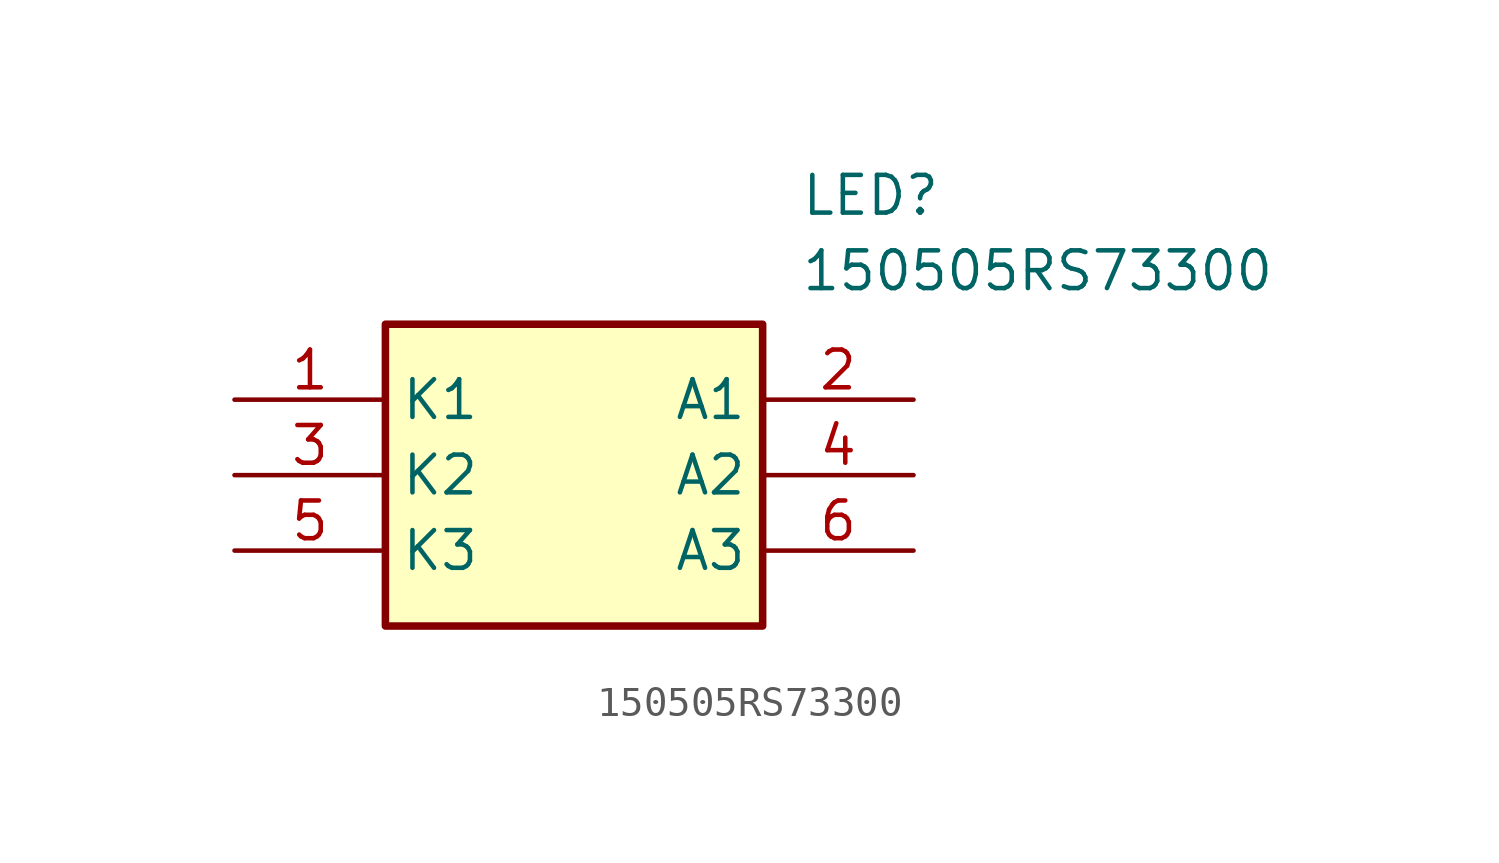
<source format=kicad_sym>
(kicad_symbol_lib
  (version 20211014)
  (generator SamacSys_ECAD_Model)
  (symbol "150505RS73300"
    (property "Reference" "LED"
      (at 19.05 7.62 0)
      (effects (font (size 1.27 1.27)) (justify left top)))
    (property "Value" "150505RS73300"
      (at 19.05 5.08 0)
      (effects (font (size 1.27 1.27)) (justify left top)))
    (rectangle
      (start 5.08 2.54)
      (end 17.78 -7.62)
      (stroke (width 0.254) (type default))
      (fill (type background)))
    (pin passive line
      (at 0 0 0)
      (length 5.08)
      (name "K1" (effects (font (size 1.27 1.27))))
      (number "1" (effects (font (size 1.27 1.27)))))
    (pin passive line
      (at 22.86 0 180)
      (length 5.08)
      (name "A1" (effects (font (size 1.27 1.27))))
      (number "2" (effects (font (size 1.27 1.27)))))
    (pin passive line
      (at 0 -2.54 0)
      (length 5.08)
      (name "K2" (effects (font (size 1.27 1.27))))
      (number "3" (effects (font (size 1.27 1.27)))))
    (pin passive line
      (at 22.86 -2.54 180)
      (length 5.08)
      (name "A2" (effects (font (size 1.27 1.27))))
      (number "4" (effects (font (size 1.27 1.27)))))
    (pin passive line
      (at 0 -5.08 0)
      (length 5.08)
      (name "K3" (effects (font (size 1.27 1.27))))
      (number "5" (effects (font (size 1.27 1.27)))))
    (pin passive line
      (at 22.86 -5.08 180)
      (length 5.08)
      (name "A3" (effects (font (size 1.27 1.27))))
      (number "6" (effects (font (size 1.27 1.27)))))))
</source>
